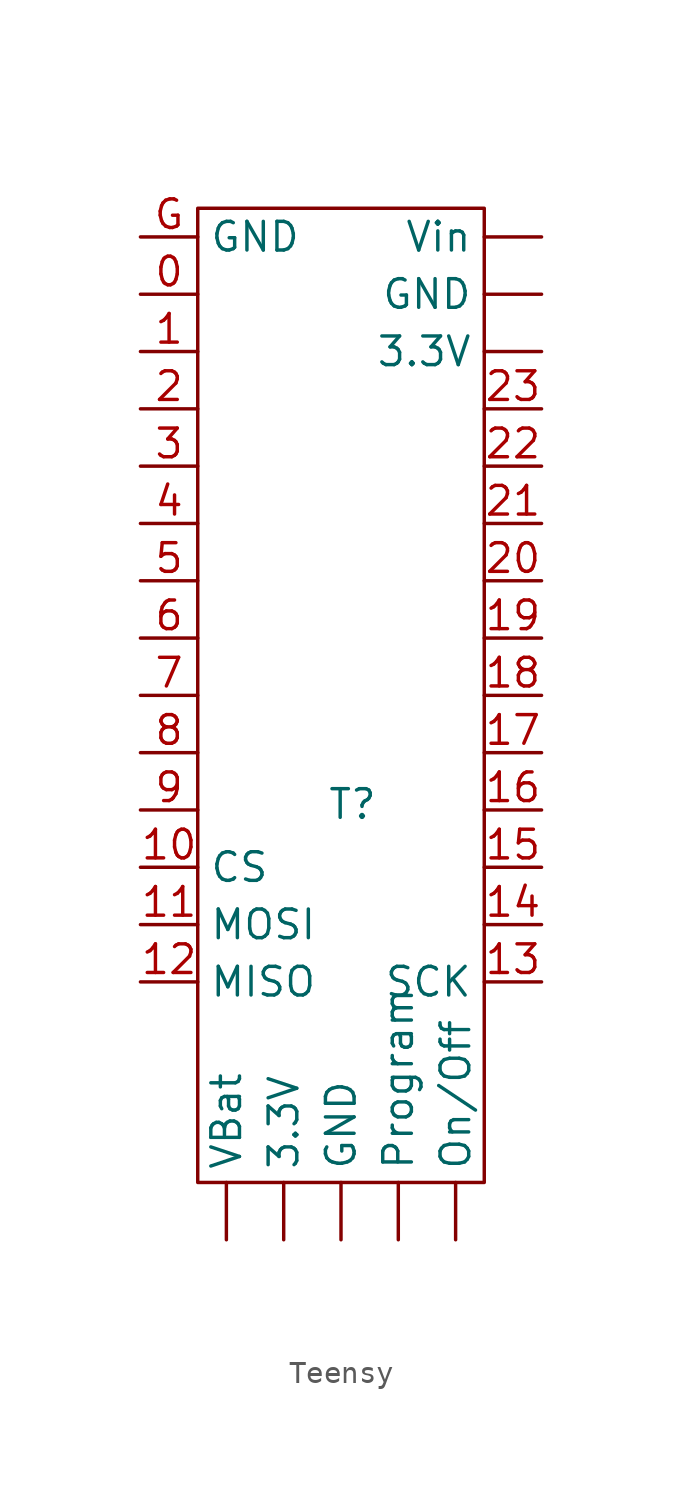
<source format=kicad_sym>
(kicad_symbol_lib
  (version 20231120)
  (generator "kicad_symbol_editor")
  (generator_version "8.0")
  (symbol "Teensy"
    (property "Reference" "T"
      (at 0.508 10.414 0)
      (effects (font (size 1.27 1.27))))
    (property "Value" ""
      (at 0 0 0)
      (effects (font (size 1.27 1.27))))
    (symbol "Teensy_0_1"
      (rectangle (start -6.35 36.83) (end 6.35 -6.35) (stroke (width 0) (type default)) (fill (type none))))
    (symbol "Teensy_1_1"
      (pin input line (at -2.54 -8.89 90) (length 2.54) (name "3.3V" (effects (font (size 1.27 1.27)))) (number "" (effects (font (size 1.27 1.27)))))
      (pin input line (at 8.89 30.48 180) (length 2.54) (name "3.3V" (effects (font (size 1.27 1.27)))) (number "" (effects (font (size 1.27 1.27)))))
      (pin input line (at 0 -8.89 90) (length 2.54) (name "GND" (effects (font (size 1.27 1.27)))) (number "" (effects (font (size 1.27 1.27)))))
      (pin input line (at 8.89 33.02 180) (length 2.54) (name "GND" (effects (font (size 1.27 1.27)))) (number "" (effects (font (size 1.27 1.27)))))
      (pin input line (at 5.08 -8.89 90) (length 2.54) (name "On/Off" (effects (font (size 1.27 1.27)))) (number "" (effects (font (size 1.27 1.27)))))
      (pin input line (at 2.54 -8.89 90) (length 2.54) (name "Program" (effects (font (size 1.27 1.27)))) (number "" (effects (font (size 1.27 1.27)))))
      (pin input line (at -5.08 -8.89 90) (length 2.54) (name "VBat" (effects (font (size 1.27 1.27)))) (number "" (effects (font (size 1.27 1.27)))))
      (pin input line (at 8.89 35.56 180) (length 2.54) (name "Vin" (effects (font (size 1.27 1.27)))) (number "" (effects (font (size 1.27 1.27)))))
      (pin input line (at -8.89 33.02 0) (length 2.54) (name "" (effects (font (size 1.27 1.27)))) (number "0" (effects (font (size 1.27 1.27)))))
      (pin input line (at -8.89 30.48 0) (length 2.54) (name "" (effects (font (size 1.27 1.27)))) (number "1" (effects (font (size 1.27 1.27)))))
      (pin input line (at -8.89 7.62 0) (length 2.54) (name "CS" (effects (font (size 1.27 1.27)))) (number "10" (effects (font (size 1.27 1.27)))))
      (pin input line (at -8.89 5.08 0) (length 2.54) (name "MOSI" (effects (font (size 1.27 1.27)))) (number "11" (effects (font (size 1.27 1.27)))))
      (pin input line (at -8.89 2.54 0) (length 2.54) (name "MISO" (effects (font (size 1.27 1.27)))) (number "12" (effects (font (size 1.27 1.27)))))
      (pin input line (at 8.89 2.54 180) (length 2.54) (name "SCK" (effects (font (size 1.27 1.27)))) (number "13" (effects (font (size 1.27 1.27)))))
      (pin input line (at 8.89 5.08 180) (length 2.54) (name "" (effects (font (size 1.27 1.27)))) (number "14" (effects (font (size 1.27 1.27)))))
      (pin input line (at 8.89 7.62 180) (length 2.54) (name "" (effects (font (size 1.27 1.27)))) (number "15" (effects (font (size 1.27 1.27)))))
      (pin input line (at 8.89 10.16 180) (length 2.54) (name "" (effects (font (size 1.27 1.27)))) (number "16" (effects (font (size 1.27 1.27)))))
      (pin input line (at 8.89 12.7 180) (length 2.54) (name "" (effects (font (size 1.27 1.27)))) (number "17" (effects (font (size 1.27 1.27)))))
      (pin input line (at 8.89 15.24 180) (length 2.54) (name "" (effects (font (size 1.27 1.27)))) (number "18" (effects (font (size 1.27 1.27)))))
      (pin input line (at 8.89 17.78 180) (length 2.54) (name "" (effects (font (size 1.27 1.27)))) (number "19" (effects (font (size 1.27 1.27)))))
      (pin input line (at -8.89 27.94 0) (length 2.54) (name "" (effects (font (size 1.27 1.27)))) (number "2" (effects (font (size 1.27 1.27)))))
      (pin input line (at 8.89 20.32 180) (length 2.54) (name "" (effects (font (size 1.27 1.27)))) (number "20" (effects (font (size 1.27 1.27)))))
      (pin input line (at 8.89 22.86 180) (length 2.54) (name "" (effects (font (size 1.27 1.27)))) (number "21" (effects (font (size 1.27 1.27)))))
      (pin input line (at 8.89 25.4 180) (length 2.54) (name "" (effects (font (size 1.27 1.27)))) (number "22" (effects (font (size 1.27 1.27)))))
      (pin input line (at 8.89 27.94 180) (length 2.54) (name "" (effects (font (size 1.27 1.27)))) (number "23" (effects (font (size 1.27 1.27)))))
      (pin input line (at -8.89 25.4 0) (length 2.54) (name "" (effects (font (size 1.27 1.27)))) (number "3" (effects (font (size 1.27 1.27)))))
      (pin input line (at -8.89 22.86 0) (length 2.54) (name "" (effects (font (size 1.27 1.27)))) (number "4" (effects (font (size 1.27 1.27)))))
      (pin input line (at -8.89 20.32 0) (length 2.54) (name "" (effects (font (size 1.27 1.27)))) (number "5" (effects (font (size 1.27 1.27)))))
      (pin input line (at -8.89 17.78 0) (length 2.54) (name "" (effects (font (size 1.27 1.27)))) (number "6" (effects (font (size 1.27 1.27)))))
      (pin input line (at -8.89 15.24 0) (length 2.54) (name "" (effects (font (size 1.27 1.27)))) (number "7" (effects (font (size 1.27 1.27)))))
      (pin input line (at -8.89 12.7 0) (length 2.54) (name "" (effects (font (size 1.27 1.27)))) (number "8" (effects (font (size 1.27 1.27)))))
      (pin input line (at -8.89 10.16 0) (length 2.54) (name "" (effects (font (size 1.27 1.27)))) (number "9" (effects (font (size 1.27 1.27)))))
      (pin input line (at -8.89 35.56 0) (length 2.54) (name "GND" (effects (font (size 1.27 1.27)))) (number "G" (effects (font (size 1.27 1.27))))))))
</source>
